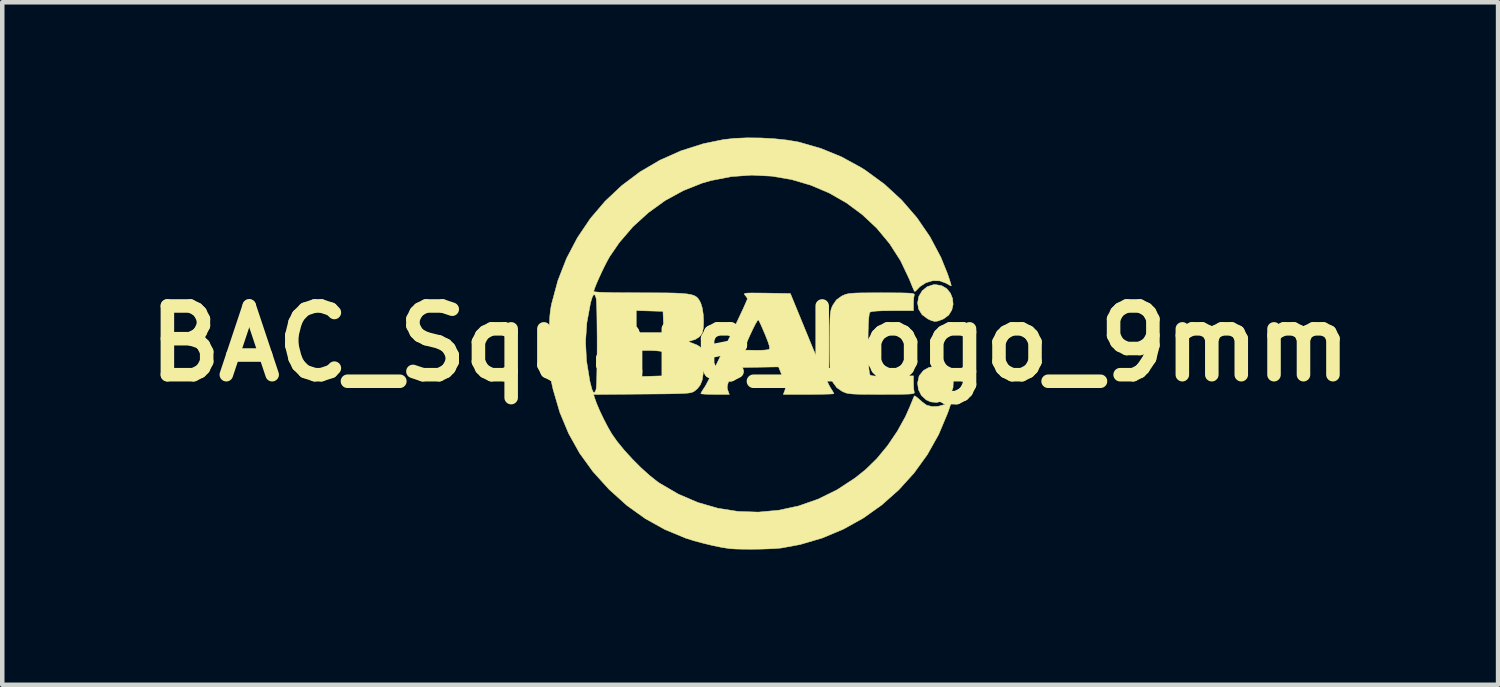
<source format=kicad_pcb>
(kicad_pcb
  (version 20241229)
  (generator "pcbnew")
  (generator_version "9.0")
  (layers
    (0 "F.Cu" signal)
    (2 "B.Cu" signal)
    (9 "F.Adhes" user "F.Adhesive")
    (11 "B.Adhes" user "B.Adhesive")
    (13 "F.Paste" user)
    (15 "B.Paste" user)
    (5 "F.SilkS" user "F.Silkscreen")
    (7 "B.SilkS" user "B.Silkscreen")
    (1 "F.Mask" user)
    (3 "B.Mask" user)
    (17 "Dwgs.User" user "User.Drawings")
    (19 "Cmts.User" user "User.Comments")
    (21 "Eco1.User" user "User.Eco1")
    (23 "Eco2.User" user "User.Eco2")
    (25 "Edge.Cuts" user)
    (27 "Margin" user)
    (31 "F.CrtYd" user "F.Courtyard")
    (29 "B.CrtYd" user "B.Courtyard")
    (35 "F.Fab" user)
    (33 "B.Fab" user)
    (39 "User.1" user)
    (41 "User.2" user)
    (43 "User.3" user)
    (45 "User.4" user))
  (footprint "BAC_Square_Logo_9mm"
    (layer "F.Cu")
    (at 13.578 4.566)
    (property "Reference" "BAC_Square_Logo_9mm" (at 0 0 0) (layer "F.SilkS") (effects (font (size 1.524 1.524) (thickness 0.3))))
    (attr through_hole)
    (fp_poly (pts (xy 4.225 0.52) (xy 4.347 0.576) (xy 4.441 0.674) (xy 4.458 0.703) (xy 4.502 0.843) (xy 4.496 0.979) (xy 4.448 1.101) (xy 4.366 1.202) (xy 4.258 1.273) (xy 4.133 1.305) (xy 4 1.292) (xy 3.903 1.248) (xy 3.796 1.15) (xy 3.73 1.02) (xy 3.711 0.875) (xy 3.742 0.73) (xy 3.755 0.703) (xy 3.841 0.596) (xy 3.958 0.53) (xy 4.091 0.504) (xy 4.225 0.52)) (stroke (width 0.01) (type solid)) (fill yes) (layer "F.SilkS"))
    (fp_poly (pts (xy 4.248 -1.283) (xy 4.36 -1.215) (xy 4.44 -1.115) (xy 4.487 -0.996) (xy 4.498 -0.868) (xy 4.47 -0.744) (xy 4.402 -0.634) (xy 4.291 -0.55) (xy 4.257 -0.535) (xy 4.161 -0.5) (xy 4.091 -0.491) (xy 4.021 -0.509) (xy 3.938 -0.547) (xy 3.811 -0.64) (xy 3.734 -0.764) (xy 3.711 -0.902) (xy 3.739 -1.048) (xy 3.813 -1.171) (xy 3.924 -1.261) (xy 4.06 -1.305) (xy 4.107 -1.308) (xy 4.248 -1.283)) (stroke (width 0.01) (type solid)) (fill yes) (layer "F.SilkS"))
    (fp_poly (pts (xy 0.174 -1.121) (xy 0.363 -1.119) (xy 0.364 -1.119) (xy 0.891 -1.11) (xy 1.294 -0.129) (xy 1.391 0.107) (xy 1.485 0.329) (xy 1.571 0.53) (xy 1.647 0.704) (xy 1.709 0.841) (xy 1.755 0.935) (xy 1.776 0.973) (xy 1.823 1.047) (xy 1.851 1.098) (xy 1.856 1.11) (xy 1.827 1.115) (xy 1.747 1.119) (xy 1.625 1.122) (xy 1.47 1.125) (xy 1.295 1.126) (xy 0.735 1.126) (xy 0.769 1.037) (xy 0.783 0.981) (xy 0.78 0.92) (xy 0.756 0.836) (xy 0.716 0.732) (xy 0.629 0.516) (xy 0.143 0.524) (xy -0.342 0.532) (xy -0.435 0.741) (xy -0.483 0.854) (xy -0.506 0.931) (xy -0.508 0.989) (xy -0.495 1.037) (xy -0.462 1.126) (xy -0.778 1.126) (xy -0.909 1.124) (xy -1.013 1.12) (xy -1.079 1.114) (xy -1.095 1.108) (xy -1.079 1.075) (xy -1.039 1.01) (xy -1.005 0.96) (xy -0.976 0.91) (xy -0.926 0.815) (xy -0.859 0.683) (xy -0.779 0.522) (xy -0.689 0.34) (xy -0.593 0.144) (xy -0.15 0.144) (xy 0.115 0.148) (xy 0.24 0.148) (xy 0.343 0.142) (xy 0.407 0.132) (xy 0.419 0.128) (xy 0.431 0.102) (xy 0.423 0.047) (xy 0.393 -0.045) (xy 0.339 -0.183) (xy 0.332 -0.2) (xy 0.278 -0.326) (xy 0.232 -0.431) (xy 0.198 -0.502) (xy 0.184 -0.526) (xy 0.162 -0.51) (xy 0.12 -0.442) (xy 0.061 -0.326) (xy -0.014 -0.165) (xy -0.103 0.036) (xy -0.109 0.049) (xy -0.15 0.144) (xy -0.593 0.144) (xy -0.593 0.143) (xy -0.495 -0.059) (xy -0.398 -0.26) (xy -0.307 -0.451) (xy -0.225 -0.625) (xy -0.155 -0.774) (xy -0.103 -0.891) (xy -0.07 -0.967) (xy -0.061 -0.994) (xy -0.079 -1.03) (xy -0.112 -1.071) (xy -0.128 -1.091) (xy -0.129 -1.105) (xy -0.106 -1.115) (xy -0.054 -1.12) (xy 0.037 -1.122) (xy 0.174 -1.121)) (stroke (width 0.01) (type solid)) (fill yes) (layer "F.SilkS"))
    (fp_poly (pts (xy 3.147 -1.125) (xy 3.325 -1.124) (xy 3.456 -1.121) (xy 3.546 -1.117) (xy 3.603 -1.11) (xy 3.632 -1.1) (xy 3.64 -1.087) (xy 3.638 -1.077) (xy 3.627 -1.02) (xy 3.621 -0.928) (xy 3.62 -0.88) (xy 3.62 -0.73) (xy 3.154 -0.73) (xy 2.946 -0.728) (xy 2.796 -0.721) (xy 2.699 -0.71) (xy 2.654 -0.695) (xy 2.653 -0.694) (xy 2.639 -0.65) (xy 2.628 -0.556) (xy 2.62 -0.425) (xy 2.615 -0.266) (xy 2.613 -0.09) (xy 2.613 0.091) (xy 2.617 0.267) (xy 2.623 0.426) (xy 2.632 0.558) (xy 2.644 0.652) (xy 2.658 0.697) (xy 2.659 0.697) (xy 2.704 0.713) (xy 2.799 0.722) (xy 2.946 0.726) (xy 3.15 0.724) (xy 3.161 0.724) (xy 3.62 0.715) (xy 3.62 0.872) (xy 3.623 0.972) (xy 3.632 1.052) (xy 3.638 1.077) (xy 3.639 1.092) (xy 3.623 1.104) (xy 3.585 1.113) (xy 3.516 1.119) (xy 3.411 1.122) (xy 3.263 1.125) (xy 3.065 1.125) (xy 2.915 1.126) (xy 2.682 1.125) (xy 2.502 1.124) (xy 2.365 1.121) (xy 2.264 1.116) (xy 2.19 1.108) (xy 2.134 1.097) (xy 2.088 1.081) (xy 2.043 1.06) (xy 2.037 1.057) (xy 1.921 0.978) (xy 1.839 0.866) (xy 1.833 0.853) (xy 1.811 0.807) (xy 1.794 0.761) (xy 1.782 0.705) (xy 1.774 0.633) (xy 1.769 0.533) (xy 1.766 0.399) (xy 1.765 0.221) (xy 1.764 0) (xy 1.765 -0.228) (xy 1.766 -0.405) (xy 1.769 -0.538) (xy 1.774 -0.636) (xy 1.783 -0.708) (xy 1.795 -0.763) (xy 1.812 -0.809) (xy 1.833 -0.853) (xy 1.912 -0.969) (xy 2.024 -1.05) (xy 2.037 -1.057) (xy 2.082 -1.078) (xy 2.128 -1.095) (xy 2.182 -1.107) (xy 2.253 -1.115) (xy 2.35 -1.121) (xy 2.482 -1.124) (xy 2.656 -1.125) (xy 2.881 -1.126) (xy 2.915 -1.126) (xy 3.147 -1.125)) (stroke (width 0.01) (type solid)) (fill yes) (layer "F.SilkS"))
    (fp_poly (pts (xy 0.235 -4.558) (xy 0.537 -4.541) (xy 0.821 -4.511) (xy 1.067 -4.469) (xy 1.096 -4.462) (xy 1.573 -4.324) (xy 2.02 -4.141) (xy 2.451 -3.906) (xy 2.555 -3.841) (xy 2.976 -3.533) (xy 3.357 -3.182) (xy 3.695 -2.791) (xy 3.986 -2.367) (xy 4.227 -1.912) (xy 4.376 -1.544) (xy 4.415 -1.428) (xy 4.444 -1.338) (xy 4.457 -1.286) (xy 4.456 -1.278) (xy 4.424 -1.292) (xy 4.361 -1.327) (xy 4.343 -1.338) (xy 4.202 -1.391) (xy 4.047 -1.394) (xy 3.895 -1.349) (xy 3.76 -1.261) (xy 3.709 -1.207) (xy 3.667 -1.164) (xy 3.643 -1.156) (xy 3.627 -1.189) (xy 3.594 -1.265) (xy 3.551 -1.371) (xy 3.529 -1.425) (xy 3.334 -1.837) (xy 3.091 -2.215) (xy 2.807 -2.557) (xy 2.485 -2.859) (xy 2.131 -3.121) (xy 1.749 -3.339) (xy 1.343 -3.511) (xy 0.919 -3.636) (xy 0.481 -3.711) (xy 0.035 -3.734) (xy -0.416 -3.702) (xy -0.867 -3.614) (xy -1.065 -3.557) (xy -1.483 -3.391) (xy -1.883 -3.172) (xy -2.256 -2.903) (xy -2.598 -2.592) (xy -2.899 -2.242) (xy -3.114 -1.929) (xy -3.166 -1.836) (xy -3.228 -1.716) (xy -3.293 -1.582) (xy -3.355 -1.447) (xy -3.409 -1.323) (xy -3.448 -1.224) (xy -3.467 -1.163) (xy -3.468 -1.155) (xy -3.438 -1.147) (xy -3.349 -1.139) (xy -3.205 -1.134) (xy -3.008 -1.129) (xy -2.76 -1.127) (xy -2.463 -1.126) (xy -2.434 -1.126) (xy -2.128 -1.125) (xy -1.877 -1.124) (xy -1.675 -1.12) (xy -1.515 -1.112) (xy -1.392 -1.1) (xy -1.3 -1.083) (xy -1.232 -1.06) (xy -1.183 -1.029) (xy -1.146 -0.989) (xy -1.117 -0.94) (xy -1.096 -0.9) (xy -1.062 -0.79) (xy -1.04 -0.645) (xy -1.032 -0.488) (xy -1.039 -0.342) (xy -1.063 -0.232) (xy -1.119 -0.156) (xy -1.212 -0.094) (xy -1.318 -0.061) (xy -1.345 -0.058) (xy -1.366 -0.05) (xy -1.329 -0.028) (xy -1.267 -0.004) (xy -1.17 0.035) (xy -1.105 0.079) (xy -1.064 0.141) (xy -1.043 0.232) (xy -1.035 0.365) (xy -1.034 0.47) (xy -1.041 0.662) (xy -1.063 0.807) (xy -1.105 0.915) (xy -1.17 1) (xy -1.227 1.047) (xy -1.252 1.064) (xy -1.281 1.077) (xy -1.32 1.088) (xy -1.377 1.097) (xy -1.457 1.103) (xy -1.567 1.108) (xy -1.712 1.112) (xy -1.901 1.115) (xy -2.138 1.117) (xy -2.392 1.119) (xy -3.471 1.128) (xy -3.451 1.195) (xy -3.404 1.327) (xy -3.333 1.493) (xy -3.247 1.673) (xy -3.154 1.852) (xy -3.068 2.001) (xy -2.949 2.17) (xy -2.793 2.361) (xy -2.613 2.558) (xy -2.422 2.75) (xy -2.231 2.922) (xy -2.056 3.061) (xy -2.008 3.094) (xy -1.593 3.336) (xy -1.162 3.521) (xy -0.72 3.649) (xy -0.271 3.72) (xy 0.181 3.735) (xy 0.631 3.694) (xy 1.076 3.598) (xy 1.51 3.446) (xy 1.929 3.239) (xy 2.329 2.977) (xy 2.561 2.791) (xy 2.808 2.55) (xy 3.045 2.263) (xy 3.259 1.948) (xy 3.44 1.622) (xy 3.534 1.411) (xy 3.579 1.301) (xy 3.615 1.214) (xy 3.637 1.164) (xy 3.641 1.158) (xy 3.667 1.169) (xy 3.72 1.211) (xy 3.75 1.238) (xy 3.827 1.304) (xy 3.898 1.356) (xy 3.914 1.365) (xy 4.03 1.396) (xy 4.168 1.391) (xy 4.306 1.352) (xy 4.335 1.338) (xy 4.409 1.302) (xy 4.455 1.28) (xy 4.462 1.278) (xy 4.456 1.304) (xy 4.434 1.375) (xy 4.399 1.479) (xy 4.376 1.544) (xy 4.178 2.015) (xy 3.929 2.458) (xy 3.633 2.868) (xy 3.295 3.241) (xy 2.918 3.576) (xy 2.507 3.868) (xy 2.065 4.114) (xy 1.597 4.31) (xy 1.107 4.454) (xy 0.69 4.531) (xy 0.571 4.542) (xy 0.41 4.55) (xy 0.223 4.556) (xy 0.027 4.558) (xy -0.161 4.557) (xy -0.326 4.553) (xy -0.451 4.545) (xy -0.471 4.542) (xy -0.636 4.516) (xy -0.835 4.475) (xy -1.046 4.424) (xy -1.247 4.37) (xy -1.415 4.317) (xy -1.426 4.314) (xy -1.891 4.121) (xy -2.324 3.88) (xy -2.731 3.589) (xy -3.118 3.241) (xy -3.134 3.225) (xy -3.485 2.837) (xy -3.781 2.428) (xy -4.024 1.993) (xy -4.219 1.526) (xy -4.367 1.022) (xy -4.386 0.939) (xy -4.411 0.82) (xy -4.429 0.71) (xy -4.442 0.596) (xy -4.45 0.465) (xy -4.455 0.305) (xy -4.456 0.102) (xy -4.456 0) (xy -4.456 -0.044) (xy -3.649 -0.044) (xy -3.628 0.379) (xy -3.556 0.82) (xy -3.541 0.885) (xy -3.508 1.011) (xy -3.477 1.078) (xy -3.45 1.086) (xy -3.423 1.037) (xy -3.415 1.011) (xy -3.409 0.957) (xy -3.403 0.852) (xy -3.4 0.732) (xy -2.525 0.732) (xy -2.228 0.724) (xy -1.932 0.715) (xy -1.923 0.459) (xy -1.921 0.317) (xy -1.929 0.228) (xy -1.947 0.183) (xy -1.953 0.178) (xy -2 0.167) (xy -2.091 0.158) (xy -2.21 0.153) (xy -2.259 0.153) (xy -2.525 0.152) (xy -2.525 0.732) (xy -3.4 0.732) (xy -3.399 0.704) (xy -3.396 0.524) (xy -3.393 0.321) (xy -3.392 0.103) (xy -3.392 -0.118) (xy -3.393 -0.243) (xy -2.525 -0.243) (xy -1.914 -0.243) (xy -1.923 -0.479) (xy -1.932 -0.715) (xy -2.525 -0.732) (xy -2.525 -0.243) (xy -3.393 -0.243) (xy -3.394 -0.335) (xy -3.396 -0.537) (xy -3.399 -0.715) (xy -3.404 -0.86) (xy -3.409 -0.963) (xy -3.415 -1.011) (xy -3.441 -1.077) (xy -3.468 -1.087) (xy -3.497 -1.039) (xy -3.53 -0.932) (xy -3.541 -0.89) (xy -3.62 -0.462) (xy -3.649 -0.044) (xy -4.456 -0.044) (xy -4.455 -0.243) (xy -4.45 -0.437) (xy -4.442 -0.593) (xy -4.429 -0.724) (xy -4.41 -0.84) (xy -4.401 -0.882) (xy -4.261 -1.4) (xy -4.07 -1.889) (xy -3.829 -2.347) (xy -3.544 -2.77) (xy -3.215 -3.156) (xy -2.847 -3.502) (xy -2.442 -3.806) (xy -2.003 -4.064) (xy -1.534 -4.273) (xy -1.036 -4.431) (xy -0.593 -4.522) (xy -0.35 -4.549) (xy -0.067 -4.561) (xy 0.235 -4.558)) (stroke (width 0.01) (type solid)) (fill yes) (layer "F.SilkS")))
  (gr_rect
    (start -3 -3)
    (end 30.156 12.129)
    (stroke (width 0.1) (type default))
    (fill no)
    (layer "Edge.Cuts")))
</source>
